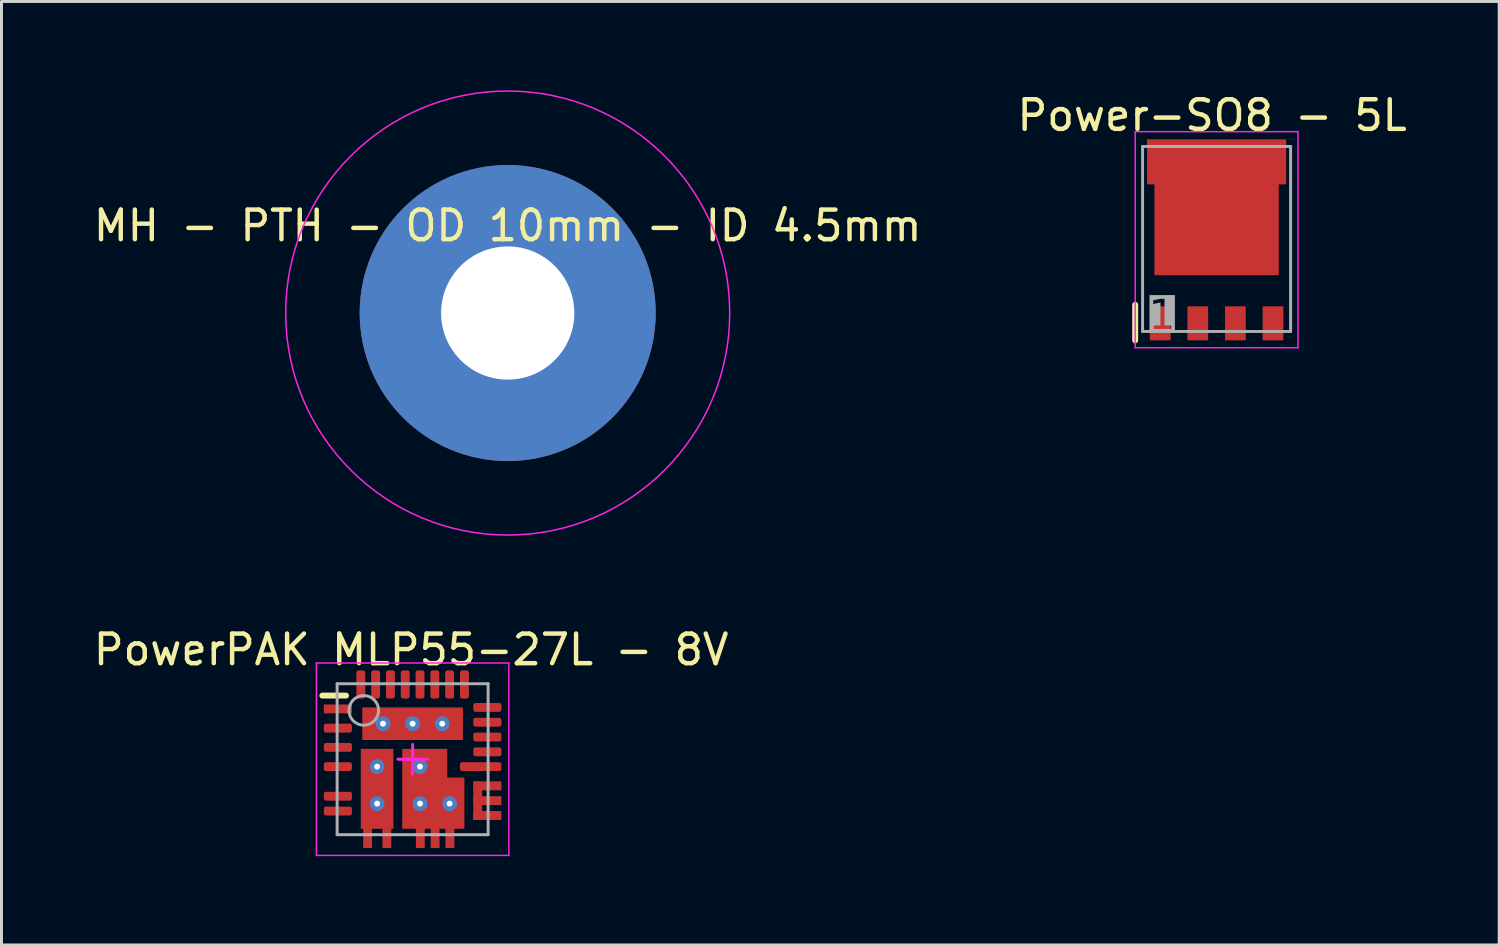
<source format=kicad_pcb>
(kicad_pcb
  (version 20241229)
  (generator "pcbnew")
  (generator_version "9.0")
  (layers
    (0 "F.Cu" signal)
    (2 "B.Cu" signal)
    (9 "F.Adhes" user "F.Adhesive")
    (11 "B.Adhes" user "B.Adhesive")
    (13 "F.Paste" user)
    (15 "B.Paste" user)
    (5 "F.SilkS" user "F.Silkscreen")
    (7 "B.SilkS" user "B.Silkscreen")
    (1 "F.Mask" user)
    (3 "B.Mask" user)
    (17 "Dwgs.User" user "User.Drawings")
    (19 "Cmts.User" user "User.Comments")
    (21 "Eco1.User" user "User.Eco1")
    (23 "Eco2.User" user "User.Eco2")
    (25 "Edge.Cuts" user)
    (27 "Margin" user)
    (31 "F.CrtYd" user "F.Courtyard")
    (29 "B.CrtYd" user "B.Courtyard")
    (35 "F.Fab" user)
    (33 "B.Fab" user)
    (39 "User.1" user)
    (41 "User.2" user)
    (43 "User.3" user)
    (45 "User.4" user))
  (footprint "Power-SO8 - 5L"
    (layer "F.Cu")
    (at 38.049 5.148)
    (property "Reference" "Power-SO8 - 5L" (at -0.15 -4.3 0) (layer "F.SilkS") (effects (font (size 1 1) (thickness 0.15))))
    (fp_rect (start -2.45 -1.85) (end 2.45 -3.6) (stroke (width 0) (type default)) (fill yes) (layer "F.Mask"))
    (fp_line (start -2.75 3.3) (end -2.75 2.1) (stroke (width 0.2) (type solid)) (layer "F.SilkS"))
    (fp_rect (start -1.605 -2.55) (end -2.205 -3.45) (stroke (width 0) (type default)) (fill yes) (layer "F.Paste"))
    (fp_rect (start -1.6 -0.85) (end -0.7 -1.45) (stroke (width 0) (type default)) (fill yes) (layer "F.Paste"))
    (fp_rect (start -1.6 0) (end -0.7 -0.6) (stroke (width 0) (type default)) (fill yes) (layer "F.Paste"))
    (fp_rect (start -1.6 0.85) (end -0.7 0.25) (stroke (width 0) (type default)) (fill yes) (layer "F.Paste"))
    (fp_rect (start -0.45 -0.85) (end 0.45 -1.45) (stroke (width 0) (type default)) (fill yes) (layer "F.Paste"))
    (fp_rect (start -0.45 0) (end 0.45 -0.6) (stroke (width 0) (type default)) (fill yes) (layer "F.Paste"))
    (fp_rect (start -0.45 0.85) (end 0.45 0.25) (stroke (width 0) (type default)) (fill yes) (layer "F.Paste"))
    (fp_rect (start -0.335 -2.55) (end -0.935 -3.45) (stroke (width 0) (type default)) (fill yes) (layer "F.Paste"))
    (fp_rect (start 0.7 -0.85) (end 1.6 -1.45) (stroke (width 0) (type default)) (fill yes) (layer "F.Paste"))
    (fp_rect (start 0.7 0) (end 1.6 -0.6) (stroke (width 0) (type default)) (fill yes) (layer "F.Paste"))
    (fp_rect (start 0.7 0.85) (end 1.6 0.25) (stroke (width 0) (type default)) (fill yes) (layer "F.Paste"))
    (fp_rect (start 0.935 -2.55) (end 0.335 -3.45) (stroke (width 0) (type default)) (fill yes) (layer "F.Paste"))
    (fp_rect (start 2.205 -2.55) (end 1.605 -3.45) (stroke (width 0) (type default)) (fill yes) (layer "F.Paste"))
    (fp_line (start -2.75 -3.75) (end 2.75 -3.75) (stroke (width 0.05) (type solid)) (layer "F.CrtYd"))
    (fp_line (start -2.75 3.55) (end -2.75 -3.75) (stroke (width 0.05) (type solid)) (layer "F.CrtYd"))
    (fp_line (start -2.75 3.55) (end 2.75 3.55) (stroke (width 0.05) (type solid)) (layer "F.CrtYd"))
    (fp_line (start 2.75 3.55) (end 2.75 -3.75) (stroke (width 0.05) (type solid)) (layer "F.CrtYd"))
    (fp_line (start -2.5 -3.25) (end 2.5 -3.25) (stroke (width 0.1) (type solid)) (layer "F.Fab"))
    (fp_line (start -2.5 3) (end -2.5 -3.25) (stroke (width 0.1) (type solid)) (layer "F.Fab"))
    (fp_line (start -2.5 3) (end 2.5 3) (stroke (width 0.1) (type solid)) (layer "F.Fab"))
    (fp_line (start 2.5 3) (end 2.5 -3.25) (stroke (width 0.1) (type solid)) (layer "F.Fab"))
    (fp_text user "1" (at -1.85 2.5 0) (unlocked yes) (layer "F.Fab" knockout) (effects (font (face "Arial") (size 1 1) (thickness 0.254))))
    (pad "1" smd rect (at -1.905 2.725) (size 0.7 1.15) (layers "F.Cu" "F.Mask" "F.Paste"))
    (pad "2" smd rect (at -0.635 2.725) (size 0.7 1.15) (layers "F.Cu" "F.Mask" "F.Paste"))
    (pad "3" smd rect (at 0.635 2.725) (size 0.7 1.15) (layers "F.Cu" "F.Mask" "F.Paste"))
    (pad "4" smd rect (at 1.905 2.725) (size 0.7 1.15) (layers "F.Cu" "F.Mask" "F.Paste"))
    (pad "5" smd rect (at 0 -2.73) (size 4.7 1.52) (layers "F.Cu"))
    (pad "5" smd rect (at 0 -0.45) (size 4.2 3.1) (layers "F.Cu" "F.Mask" "F.Paste")))
  (footprint "PowerPAK MLP55-27L - 8V"
    (layer "F.Cu")
    (at 10.889 22.598)
    (property "Reference" "PowerPAK MLP55-27L - 8V" (at -0.05 -3.7 0) (layer "F.SilkS") (effects (font (size 1 1) (thickness 0.15))))
    (fp_rect (start 1.974 2.05) (end 3.05 0.7) (stroke (width 0) (type default)) (fill yes) (layer "F.Mask"))
    (fp_poly (pts (xy -1.833 -0.434) (xy -1.28 -0.434) (xy -1.28 -0.07) (xy -1.52 0.17) (xy -1.833 0.17)) (stroke (width 0) (type default)) (fill yes) (layer "F.Mask"))
    (fp_poly (pts (xy -1.833 2.426) (xy -1.28 2.426) (xy -1.28 1.82) (xy -1.52 1.58) (xy -1.833 1.58)) (stroke (width 0) (type default)) (fill yes) (layer "F.Mask"))
    (fp_poly (pts (xy -1.78 -1.83) (xy -1.08 -1.83) (xy -1.08 -1.52) (xy -1.32 -1.28) (xy -1.78 -1.28)) (stroke (width 0) (type default)) (fill yes) (layer "F.Mask"))
    (fp_poly (pts (xy -1.78 -0.57) (xy -1.08 -0.57) (xy -1.08 -0.88) (xy -1.32 -1.12) (xy -1.78 -1.12)) (stroke (width 0) (type default)) (fill yes) (layer "F.Mask"))
    (fp_poly (pts (xy -0.567 -0.434) (xy -1.12 -0.434) (xy -1.12 -0.07) (xy -0.88 0.17) (xy -0.567 0.17)) (stroke (width 0) (type default)) (fill yes) (layer "F.Mask"))
    (fp_poly (pts (xy -0.567 2.426) (xy -1.12 2.426) (xy -1.12 1.82) (xy -0.88 1.58) (xy -0.567 1.58)) (stroke (width 0) (type default)) (fill yes) (layer "F.Mask"))
    (fp_poly (pts (xy -0.423 -0.434) (xy 0.17 -0.434) (xy 0.17 -0.07) (xy -0.07 0.17) (xy -0.423 0.17)) (stroke (width 0) (type default)) (fill yes) (layer "F.Mask"))
    (fp_poly (pts (xy 1.236 -0.434) (xy 0.33 -0.434) (xy 0.33 -0.07) (xy 0.57 0.17) (xy 1.236 0.17)) (stroke (width 0) (type default)) (fill yes) (layer "F.Mask"))
    (fp_poly (pts (xy 1.239 0.883) (xy 1.239 0.33) (xy 0.57 0.33) (xy 0.33 0.57) (xy 0.33 0.883)) (stroke (width 0) (type default)) (fill yes) (layer "F.Mask"))
    (fp_poly (pts (xy 1.78 -1.83) (xy 1.08 -1.83) (xy 1.08 -1.52) (xy 1.32 -1.28) (xy 1.78 -1.28)) (stroke (width 0) (type default)) (fill yes) (layer "F.Mask"))
    (fp_poly (pts (xy 1.78 -0.57) (xy 1.08 -0.57) (xy 1.08 -0.88) (xy 1.32 -1.12) (xy 1.78 -1.12)) (stroke (width 0) (type default)) (fill yes) (layer "F.Mask"))
    (fp_poly (pts (xy 1.827 0.547) (xy 1.39 0.547) (xy 1.39 1.24) (xy 1.57 1.42) (xy 1.827 1.42)) (stroke (width 0) (type default)) (fill yes) (layer "F.Mask"))
    (fp_poly (pts (xy -0.92 -1.52) (xy -0.92 -1.83) (xy -0.08 -1.83) (xy -0.08 -1.52) (xy -0.32 -1.28) (xy -0.68 -1.28)) (stroke (width 0) (type default)) (fill yes) (layer "F.Mask"))
    (fp_poly (pts (xy -0.92 -0.88) (xy -0.92 -0.57) (xy -0.08 -0.57) (xy -0.08 -0.88) (xy -0.32 -1.12) (xy -0.68 -1.12)) (stroke (width 0) (type default)) (fill yes) (layer "F.Mask"))
    (fp_poly (pts (xy -0.423 2.426) (xy 0.75 2.426) (xy 0.75 1.8) (xy 0.124 1.8) (xy -0.096 1.58) (xy -0.423 1.58)) (stroke (width 0) (type default)) (fill yes) (layer "F.Mask"))
    (fp_poly (pts (xy 0.33 1.18) (xy 0.33 0.87) (xy 1.239 0.87) (xy 1.239 1.1) (xy 0.919 1.42) (xy 0.57 1.42)) (stroke (width 0) (type default)) (fill yes) (layer "F.Mask"))
    (fp_poly (pts (xy 0.92 -1.52) (xy 0.92 -1.83) (xy 0.08 -1.83) (xy 0.08 -1.52) (xy 0.32 -1.28) (xy 0.68 -1.28)) (stroke (width 0) (type default)) (fill yes) (layer "F.Mask"))
    (fp_poly (pts (xy 0.92 -0.88) (xy 0.92 -0.57) (xy 0.08 -0.57) (xy 0.08 -0.88) (xy 0.32 -1.12) (xy 0.68 -1.12)) (stroke (width 0) (type default)) (fill yes) (layer "F.Mask"))
    (fp_poly (pts (xy 1.17 1.82) (xy 1.17 2.13) (xy 0.33 2.13) (xy 0.33 1.82) (xy 0.57 1.58) (xy 0.93 1.58)) (stroke (width 0) (type default)) (fill yes) (layer "F.Mask"))
    (fp_poly (pts (xy 1.832 2.426) (xy 0.75 2.426) (xy 0.75 1.8) (xy 1.376 1.8) (xy 1.596 1.58) (xy 1.832 1.58)) (stroke (width 0) (type default)) (fill yes) (layer "F.Mask"))
    (fp_poly (pts (xy -1.6 0.58) (xy -1.83 0.58) (xy -1.83 1.42) (xy -1.52 1.42) (xy -1.28 1.18) (xy -1.28 0.9) (xy -1.4 0.9) (xy -1.6 0.7)) (stroke (width 0) (type default)) (fill yes) (layer "F.Mask"))
    (fp_poly (pts (xy -1.6 1.17) (xy -1.83 1.17) (xy -1.83 0.33) (xy -1.52 0.33) (xy -1.28 0.57) (xy -1.28 0.9) (xy -1.45 0.9) (xy -1.6 1.05)) (stroke (width 0) (type default)) (fill yes) (layer "F.Mask"))
    (fp_poly (pts (xy -0.8 0.58) (xy -0.57 0.58) (xy -0.57 1.42) (xy -0.88 1.42) (xy -1.12 1.18) (xy -1.12 0.9) (xy -1 0.9) (xy -0.8 0.7)) (stroke (width 0) (type default)) (fill yes) (layer "F.Mask"))
    (fp_poly (pts (xy -0.8 1.17) (xy -0.57 1.17) (xy -0.57 0.33) (xy -0.88 0.33) (xy -1.12 0.57) (xy -1.12 0.9) (xy -0.95 0.9) (xy -0.8 1.05)) (stroke (width 0) (type default)) (fill yes) (layer "F.Mask"))
    (fp_poly (pts (xy -0.15 0.58) (xy -0.425 0.58) (xy -0.425 1.42) (xy -0.07 1.42) (xy 0.17 1.18) (xy 0.17 0.9) (xy 0.05 0.9) (xy -0.15 0.7)) (stroke (width 0) (type default)) (fill yes) (layer "F.Mask"))
    (fp_poly (pts (xy -0.15 1.17) (xy -0.425 1.17) (xy -0.425 0.33) (xy -0.07 0.33) (xy 0.17 0.57) (xy 0.17 0.9) (xy 0.00001 0.9) (xy -0.15 1.05)) (stroke (width 0) (type default)) (fill yes) (layer "F.Mask"))
    (fp_line (start -3.05 -2.15) (end -2.25 -2.15) (stroke (width 0.2) (type solid)) (layer "F.SilkS"))
    (fp_rect (start 0.909 0.87) (end 1.26 0.62) (stroke (width 0) (type default)) (fill yes) (layer "F.Paste"))
    (fp_rect (start 2.05 1.95) (end 2.35 0.75) (stroke (width 0) (type default)) (fill yes) (layer "F.Paste"))
    (fp_poly (pts (xy -1.75 -0.35) (xy -1.28 -0.35) (xy -1.28 -0.07) (xy -1.52 0.17) (xy -1.75 0.17)) (stroke (width 0) (type default)) (fill yes) (layer "F.Paste"))
    (fp_poly (pts (xy -1.75 2.35) (xy -1.28 2.35) (xy -1.28 1.82) (xy -1.52 1.58) (xy -1.75 1.58)) (stroke (width 0) (type default)) (fill yes) (layer "F.Paste"))
    (fp_poly (pts (xy -0.65 -0.35) (xy -1.12 -0.35) (xy -1.12 -0.07) (xy -0.88 0.17) (xy -0.65 0.17)) (stroke (width 0) (type default)) (fill yes) (layer "F.Paste"))
    (fp_poly (pts (xy -0.65 2.35) (xy -1.12 2.35) (xy -1.12 1.82) (xy -0.88 1.58) (xy -0.65 1.58)) (stroke (width 0) (type default)) (fill yes) (layer "F.Paste"))
    (fp_poly (pts (xy -0.35 -0.35) (xy 0.17 -0.35) (xy 0.17 -0.07) (xy -0.07 0.17) (xy -0.35 0.17)) (stroke (width 0) (type default)) (fill yes) (layer "F.Paste"))
    (fp_poly (pts (xy 1.169 -0.35) (xy 0.33 -0.35) (xy 0.33 -0.07) (xy 0.57 0.17) (xy 1.169 0.17)) (stroke (width 0) (type default)) (fill yes) (layer "F.Paste"))
    (fp_poly (pts (xy 1.169 0.95) (xy 1.169 0.33) (xy 0.57 0.33) (xy 0.33 0.57) (xy 0.33 0.95)) (stroke (width 0) (type default)) (fill yes) (layer "F.Paste"))
    (fp_poly (pts (xy 1.75 0.62) (xy 1.39 0.62) (xy 1.39 1.24) (xy 1.57 1.42) (xy 1.75 1.42)) (stroke (width 0) (type default)) (fill yes) (layer "F.Paste"))
    (fp_poly (pts (xy -1.7 -1.5) (xy -1.7 -1.75) (xy -1.08 -1.75) (xy -1.08 -1.52) (xy -1.32 -1.28) (xy -1.7 -1.28)) (stroke (width 0) (type default)) (fill yes) (layer "F.Paste"))
    (fp_poly (pts (xy -1.7 -0.9) (xy -1.7 -0.65) (xy -1.08 -0.65) (xy -1.08 -0.88) (xy -1.32 -1.12) (xy -1.7 -1.12)) (stroke (width 0) (type default)) (fill yes) (layer "F.Paste"))
    (fp_poly (pts (xy -0.92 -1.52) (xy -0.92 -1.75) (xy -0.08 -1.75) (xy -0.08 -1.52) (xy -0.32 -1.28) (xy -0.68 -1.28)) (stroke (width 0) (type default)) (fill yes) (layer "F.Paste"))
    (fp_poly (pts (xy -0.92 -0.88) (xy -0.92 -0.65) (xy -0.08 -0.65) (xy -0.08 -0.88) (xy -0.32 -1.12) (xy -0.68 -1.12)) (stroke (width 0) (type default)) (fill yes) (layer "F.Paste"))
    (fp_poly (pts (xy -0.35 2.35) (xy 0.75 2.35) (xy 0.75 1.821) (xy 0.171 1.821) (xy -0.07 1.58) (xy -0.35 1.58)) (stroke (width 0) (type default)) (fill yes) (layer "F.Paste"))
    (fp_poly (pts (xy 0.33 1.18) (xy 0.33 0.65) (xy 1.26 0.65) (xy 1.26 1.1) (xy 0.94 1.42) (xy 0.57 1.42)) (stroke (width 0) (type default)) (fill yes) (layer "F.Paste"))
    (fp_poly (pts (xy 0.92 -1.52) (xy 0.92 -1.75) (xy 0.08 -1.75) (xy 0.08 -1.52) (xy 0.32 -1.28) (xy 0.68 -1.28)) (stroke (width 0) (type default)) (fill yes) (layer "F.Paste"))
    (fp_poly (pts (xy 0.92 -0.88) (xy 0.92 -0.65) (xy 0.08 -0.65) (xy 0.08 -0.88) (xy 0.32 -1.12) (xy 0.68 -1.12)) (stroke (width 0) (type default)) (fill yes) (layer "F.Paste"))
    (fp_poly (pts (xy 1.17 1.825) (xy 1.17 2.05) (xy 0.33 2.05) (xy 0.33 1.82) (xy 0.57 1.58) (xy 0.925 1.58)) (stroke (width 0) (type default)) (fill yes) (layer "F.Paste"))
    (fp_poly (pts (xy 1.7 -1.5) (xy 1.7 -1.75) (xy 1.08 -1.75) (xy 1.08 -1.52) (xy 1.32 -1.28) (xy 1.7 -1.28)) (stroke (width 0) (type default)) (fill yes) (layer "F.Paste"))
    (fp_poly (pts (xy 1.7 -0.9) (xy 1.7 -0.65) (xy 1.08 -0.65) (xy 1.08 -0.88) (xy 1.32 -1.12) (xy 1.7 -1.12)) (stroke (width 0) (type default)) (fill yes) (layer "F.Paste"))
    (fp_poly (pts (xy 1.75 2.35) (xy 0.75 2.35) (xy 0.75 1.825) (xy 1.325 1.825) (xy 1.57 1.58) (xy 1.75 1.58)) (stroke (width 0) (type default)) (fill yes) (layer "F.Paste"))
    (fp_poly (pts (xy -1.6 0.58) (xy -1.75 0.58) (xy -1.75 1.42) (xy -1.52 1.42) (xy -1.28 1.18) (xy -1.28 0.9) (xy -1.4 0.9) (xy -1.6 0.7)) (stroke (width 0) (type default)) (fill yes) (layer "F.Paste"))
    (fp_poly (pts (xy -1.6 1.17) (xy -1.75 1.17) (xy -1.75 0.33) (xy -1.52 0.33) (xy -1.28 0.57) (xy -1.28 0.9) (xy -1.45 0.9) (xy -1.6 1.05)) (stroke (width 0) (type default)) (fill yes) (layer "F.Paste"))
    (fp_poly (pts (xy -0.8 0.58) (xy -0.65 0.58) (xy -0.65 1.42) (xy -0.88 1.42) (xy -1.12 1.18) (xy -1.12 0.9) (xy -1 0.9) (xy -0.8 0.7)) (stroke (width 0) (type default)) (fill yes) (layer "F.Paste"))
    (fp_poly (pts (xy -0.8 1.17) (xy -0.65 1.17) (xy -0.65 0.33) (xy -0.88 0.33) (xy -1.12 0.57) (xy -1.12 0.9) (xy -0.95 0.9) (xy -0.8 1.05)) (stroke (width 0) (type default)) (fill yes) (layer "F.Paste"))
    (fp_poly (pts (xy -0.15 0.58) (xy -0.346 0.58) (xy -0.346 1.42) (xy -0.07 1.42) (xy 0.17 1.18) (xy 0.17 0.9) (xy 0.05 0.9) (xy -0.15 0.7)) (stroke (width 0) (type default)) (fill yes) (layer "F.Paste"))
    (fp_poly (pts (xy -0.15 1.17) (xy -0.346 1.17) (xy -0.346 0.33) (xy -0.07 0.33) (xy 0.17 0.57) (xy 0.17 0.9) (xy 0.00001 0.9) (xy -0.15 1.05)) (stroke (width 0) (type default)) (fill yes) (layer "F.Paste"))
    (fp_line (start -3.25 -3.25) (end 3.25 -3.25) (stroke (width 0.05) (type solid)) (layer "F.CrtYd"))
    (fp_line (start -3.25 3.25) (end -3.25 -3.25) (stroke (width 0.05) (type solid)) (layer "F.CrtYd"))
    (fp_line (start -3.25 3.25) (end 3.25 3.25) (stroke (width 0.05) (type solid)) (layer "F.CrtYd"))
    (fp_line (start -0.5 0) (end 0.5 0) (stroke (width 0.1) (type solid)) (layer "F.CrtYd"))
    (fp_line (start 0 0.5) (end 0 -0.5) (stroke (width 0.1) (type solid)) (layer "F.CrtYd"))
    (fp_line (start 3.25 3.25) (end 3.25 -3.25) (stroke (width 0.05) (type solid)) (layer "F.CrtYd"))
    (fp_line (start -2.55 -2.55) (end 2.55 -2.55) (stroke (width 0.1) (type solid)) (layer "F.Fab"))
    (fp_line (start -2.55 2.55) (end -2.55 -2.55) (stroke (width 0.1) (type solid)) (layer "F.Fab"))
    (fp_line (start -2.55 2.55) (end 2.55 2.55) (stroke (width 0.1) (type solid)) (layer "F.Fab"))
    (fp_line (start 2.55 2.55) (end 2.55 -2.55) (stroke (width 0.1) (type solid)) (layer "F.Fab"))
    (fp_circle (center -1.65 -1.65) (end -1.65 -2.15) (stroke (width 0.1) (type solid)) (fill no) (layer "F.Fab"))
    (pad "1" smd rect (at -2.525 -1.7 90) (size 0.3 0.95) (layers "F.Cu" "F.Mask" "F.Paste"))
    (pad "2" smd roundrect (at -2.525 -1.05 90) (size 0.3 0.95) (layers "F.Cu" "F.Mask" "F.Paste") (roundrect_rratio 0.25))
    (pad "3" smd roundrect (at -2.525 -0.4 90) (size 0.3 0.95) (layers "F.Cu" "F.Mask" "F.Paste") (roundrect_rratio 0.25))
    (pad "4" smd roundrect (at -2.525 0.25 90) (size 0.3 0.95) (layers "F.Cu" "F.Mask" "F.Paste") (roundrect_rratio 0.25))
    (pad "5" smd roundrect (at -2.525 1.25 90) (size 0.3 0.95) (layers "F.Cu" "F.Mask" "F.Paste") (roundrect_rratio 0.25))
    (pad "6" smd roundrect (at -2.525 1.75 90) (size 0.3 0.95) (layers "F.Cu" "F.Mask" "F.Paste") (roundrect_rratio 0.25))
    (pad "7" smd rect (at -1.52 2.525) (size 0.3 0.95) (layers "F.Cu" "F.Mask" "F.Paste"))
    (pad "8" smd rect (at -0.87 2.525) (size 0.3 0.95) (layers "F.Cu" "F.Mask" "F.Paste"))
    (pad "9" smd rect (at 0.26 2.525) (size 0.3 0.95) (layers "F.Cu" "F.Mask" "F.Paste"))
    (pad "10" smd rect (at 0.76 2.525) (size 0.3 0.95) (layers "F.Cu" "F.Mask" "F.Paste"))
    (pad "11" smd rect (at 1.26 2.525) (size 0.3 0.95) (layers "F.Cu" "F.Mask" "F.Paste"))
    (pad "11" smd rect (at 1.4 1.485) (size 0.7 1.73) (layers "F.Cu"))
    (pad "12" smd rect (at 2.525 1.9 90) (size 0.3 0.95) (layers "F.Cu" "F.Mask" "F.Paste"))
    (pad "13" smd rect (at 2.525 1.4 90) (size 0.3 0.95) (layers "F.Cu" "F.Mask" "F.Paste"))
    (pad "14" smd rect (at 2.2 1.4) (size 0.3 1.3) (layers "F.Cu"))
    (pad "14" smd rect (at 2.525 0.9 90) (size 0.3 0.95) (layers "F.Cu" "F.Mask" "F.Paste"))
    (pad "15" smd roundrect (at 2.3 0.25 90) (size 0.3 1.4) (layers "F.Cu" "F.Mask" "F.Paste") (roundrect_rratio 0.25))
    (pad "16" smd roundrect (at 2.525 -0.25 90) (size 0.3 0.95) (layers "F.Cu" "F.Mask" "F.Paste") (roundrect_rratio 0.25))
    (pad "17" smd roundrect (at 2.525 -0.75 90) (size 0.3 0.95) (layers "F.Cu" "F.Mask" "F.Paste") (roundrect_rratio 0.25))
    (pad "18" smd roundrect (at 2.525 -1.25 90) (size 0.3 0.95) (layers "F.Cu" "F.Mask" "F.Paste") (roundrect_rratio 0.25))
    (pad "19" smd roundrect (at 2.525 -1.75 90) (size 0.3 0.95) (layers "F.Cu" "F.Mask" "F.Paste") (roundrect_rratio 0.25))
    (pad "20" smd roundrect (at 1.75 -2.525) (size 0.3 0.95) (layers "F.Cu" "F.Mask" "F.Paste") (roundrect_rratio 0.25))
    (pad "21" smd roundrect (at 1.25 -2.525) (size 0.3 0.95) (layers "F.Cu" "F.Mask" "F.Paste") (roundrect_rratio 0.25))
    (pad "22" smd roundrect (at 0.75 -2.525) (size 0.3 0.95) (layers "F.Cu" "F.Mask" "F.Paste") (roundrect_rratio 0.25))
    (pad "23" smd roundrect (at 0.25 -2.525) (size 0.3 0.95) (layers "F.Cu" "F.Mask" "F.Paste") (roundrect_rratio 0.25))
    (pad "24" smd roundrect (at -0.25 -2.525) (size 0.3 0.95) (layers "F.Cu" "F.Mask" "F.Paste") (roundrect_rratio 0.25))
    (pad "25" smd roundrect (at -0.75 -2.525) (size 0.3 0.95) (layers "F.Cu" "F.Mask" "F.Paste") (roundrect_rratio 0.25))
    (pad "26" smd roundrect (at -1.25 -2.525) (size 0.3 0.95) (layers "F.Cu" "F.Mask" "F.Paste") (roundrect_rratio 0.25))
    (pad "27" smd roundrect (at -1.75 -2.525) (size 0.3 0.95) (layers "F.Cu" "F.Mask" "F.Paste") (roundrect_rratio 0.25))
    (pad "28" thru_hole circle (at -1 -1.2) (size 0.5 0.5) (drill 0.2) (layers "*.Cu" "B.Mask"))
    (pad "28" thru_hole circle (at 0 -1.2) (size 0.5 0.5) (drill 0.2) (layers "*.Cu" "B.Mask"))
    (pad "28" smd rect (at 0 -1.2) (size 3.4 1.1) (layers "F.Cu" "F.Paste"))
    (pad "28" thru_hole circle (at 1 -1.2) (size 0.5 0.5) (drill 0.2) (layers "*.Cu" "B.Mask"))
    (pad "29" thru_hole circle (at -1.2 0.25) (size 0.5 0.5) (drill 0.2) (layers "*.Cu" "B.Mask"))
    (pad "29" smd rect (at -1.2 1) (size 1.1 2.7) (layers "F.Cu" "F.Paste"))
    (pad "29" thru_hole circle (at -1.2 1.5) (size 0.5 0.5) (drill 0.2) (layers "*.Cu" "B.Mask"))
    (pad "30" thru_hole circle (at 0.25 0.25) (size 0.5 0.5) (drill 0.2) (layers "*.Cu" "B.Mask"))
    (pad "30" thru_hole circle (at 0.25 1.5) (size 0.5 0.5) (drill 0.2) (layers "*.Cu" "B.Mask"))
    (pad "30" smd rect (at 0.41 1) (size 1.52 2.7) (layers "F.Cu" "F.Paste"))
    (pad "30" thru_hole circle (at 1.25 1.5) (size 0.5 0.5) (drill 0.2) (layers "*.Cu" "B.Mask")))
  (footprint "MH - PTH - OD 10mm - ID 4.5mm"
    (layer "F.Cu")
    (at 14.101 7.525)
    (property "Reference" "MH - PTH - OD 10mm - ID 4.5mm" (at 0 -2.95 0) (layer "F.SilkS") (effects (font (size 1 1) (thickness 0.15))))
    (fp_circle (center 0 0) (end 0 -7.5) (stroke (width 0.05) (type solid)) (fill no) (layer "F.CrtYd"))
    (pad "" np_thru_hole circle (at 0 0) (size 10 10) (drill 4.5) (layers "*.Cu" "*.Mask")))
  (gr_rect
    (start -3 -3)
    (end 47.595 28.873)
    (stroke (width 0.1) (type default))
    (fill no)
    (layer "Edge.Cuts")))
</source>
